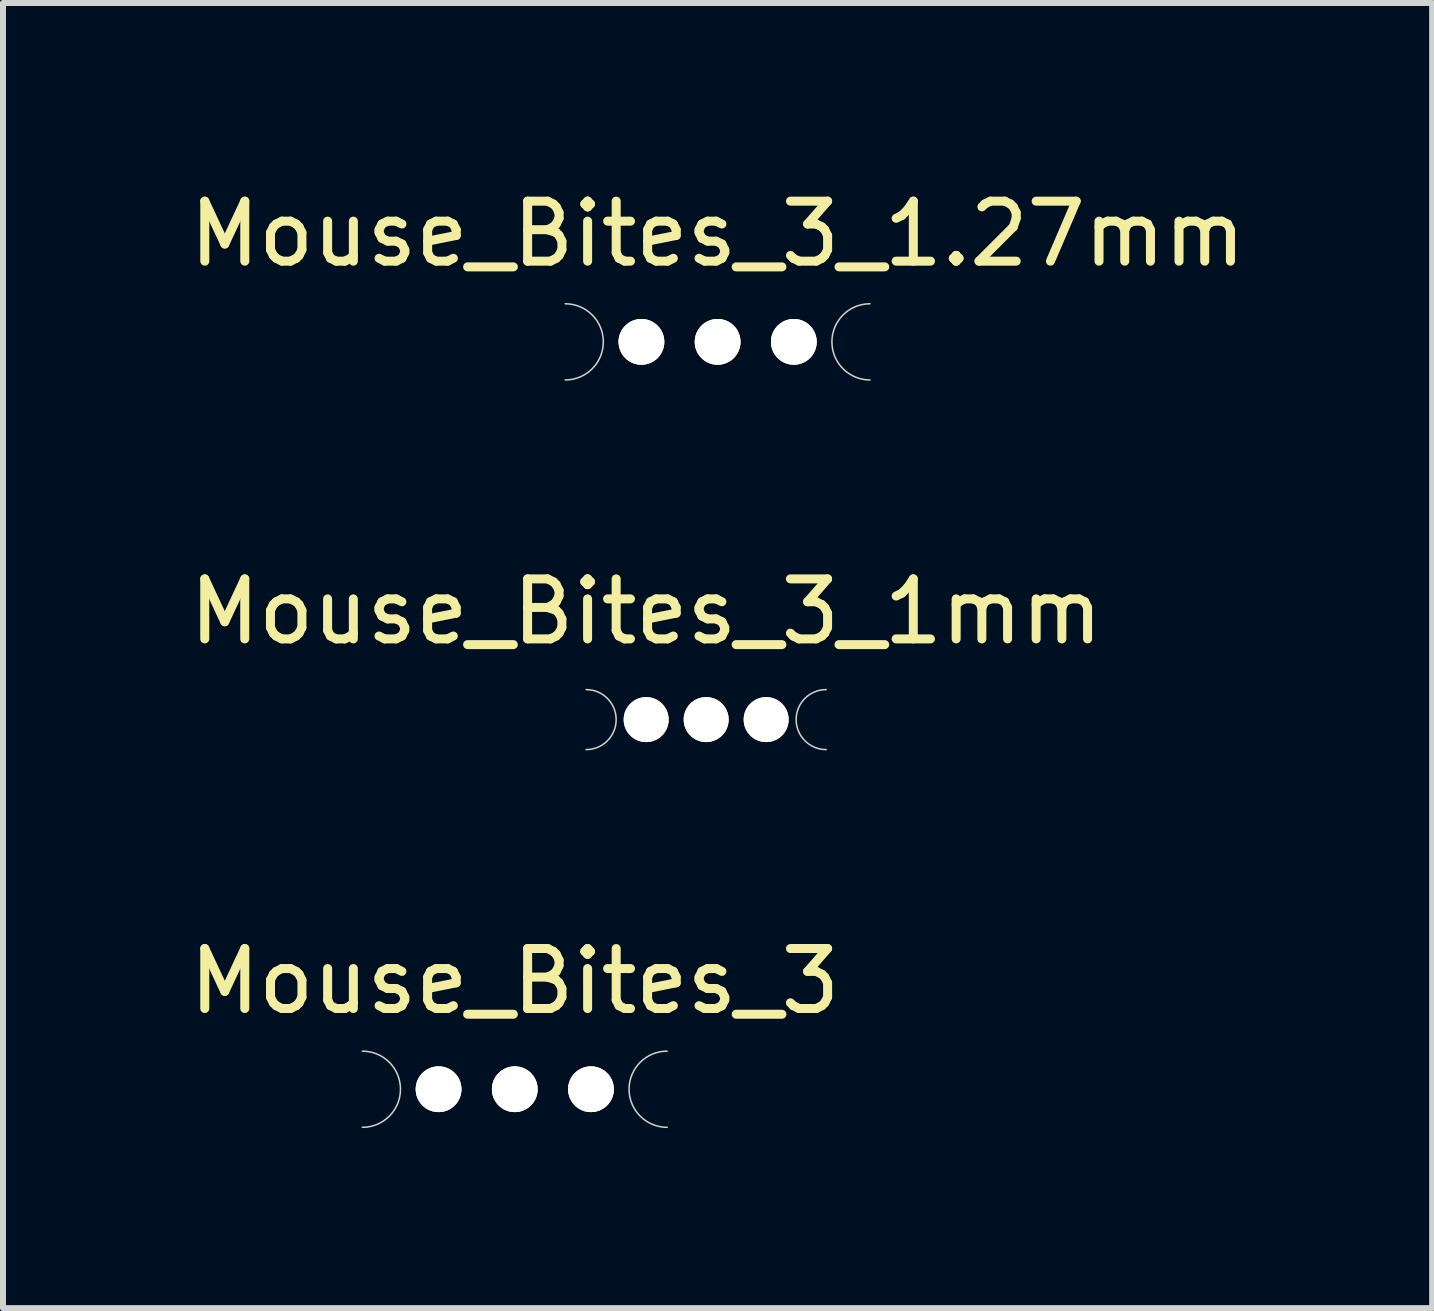
<source format=kicad_pcb>
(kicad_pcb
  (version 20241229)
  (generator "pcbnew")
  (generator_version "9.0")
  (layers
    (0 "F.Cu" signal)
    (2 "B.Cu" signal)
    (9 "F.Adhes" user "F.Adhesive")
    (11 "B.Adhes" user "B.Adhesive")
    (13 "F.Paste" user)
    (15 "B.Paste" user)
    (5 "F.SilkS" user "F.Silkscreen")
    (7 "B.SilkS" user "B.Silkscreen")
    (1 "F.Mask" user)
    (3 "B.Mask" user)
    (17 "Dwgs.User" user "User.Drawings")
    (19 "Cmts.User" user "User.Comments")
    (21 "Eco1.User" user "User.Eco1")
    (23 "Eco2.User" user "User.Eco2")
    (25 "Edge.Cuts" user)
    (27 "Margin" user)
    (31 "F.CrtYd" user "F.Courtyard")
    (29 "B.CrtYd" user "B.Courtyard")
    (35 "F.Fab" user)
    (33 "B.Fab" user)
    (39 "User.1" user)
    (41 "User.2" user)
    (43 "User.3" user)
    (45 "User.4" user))
  (footprint "Mouse_Bites_3_1mm"
    (layer "F.Cu")
    (at 7.72 8.944)
    (property "Reference" "Mouse_Bites_3_1mm" (at 0 -1.8 0) (layer "F.SilkS") (effects (font (size 1 1) (thickness 0.15))))
    (attr through_hole)
    (fp_arc (start -1 -0.5) (mid -0.5 0) (end -1 0.5) (stroke (width 0.0254) (type solid)) (layer "Edge.Cuts"))
    (fp_arc (start 3 0.5) (mid 2.5 0) (end 3 -0.5) (stroke (width 0.0254) (type solid)) (layer "Edge.Cuts"))
    (pad "" np_thru_hole circle (at 0 0) (size 0.75 0.75) (drill 0.75) (layers "*.Cu" "*.Mask" "F.SilkS"))
    (pad "" np_thru_hole circle (at 1 0) (size 0.75 0.75) (drill 0.75) (layers "*.Cu" "*.Mask" "F.SilkS"))
    (pad "" np_thru_hole circle (at 2 0) (size 0.75 0.75) (drill 0.75) (layers "*.Cu" "*.Mask" "F.SilkS")))
  (footprint "Mouse_Bites_3_1.27mm"
    (layer "F.Cu")
    (at 8.911 2.648)
    (property "Reference" "Mouse_Bites_3_1.27mm" (at 0 -1.8 0) (layer "F.SilkS") (effects (font (size 1 1) (thickness 0.15))))
    (attr through_hole)
    (fp_arc (start -2.54 -0.635) (mid -1.905 0) (end -2.54 0.635) (stroke (width 0.0254) (type solid)) (layer "Edge.Cuts"))
    (fp_arc (start 2.54 0.635) (mid 1.905 0) (end 2.54 -0.635) (stroke (width 0.0254) (type solid)) (layer "Edge.Cuts"))
    (pad "" thru_hole circle (at -1.27 0) (size 0.762 0.762) (drill 0.762) (layers "*.Cu" "*.Mask" "F.SilkS"))
    (pad "" thru_hole circle (at 0 0) (size 0.762 0.762) (drill 0.762) (layers "*.Cu" "*.Mask" "F.SilkS"))
    (pad "" thru_hole circle (at 1.27 0) (size 0.762 0.762) (drill 0.762) (layers "*.Cu" "*.Mask" "F.SilkS")))
  (footprint "Mouse_Bites_3"
    (layer "F.Cu")
    (at 5.53 15.105)
    (property "Reference" "Mouse_Bites_3" (at 0 -1.8 0) (layer "F.SilkS") (effects (font (size 1 1) (thickness 0.15))))
    (attr through_hole)
    (fp_arc (start -2.54 -0.635) (mid -1.905 0) (end -2.54 0.635) (stroke (width 0.0254) (type solid)) (layer "Edge.Cuts"))
    (fp_arc (start 2.54 0.635) (mid 1.905 0) (end 2.54 -0.635) (stroke (width 0.0254) (type solid)) (layer "Edge.Cuts"))
    (pad "1" thru_hole circle (at 0 0) (size 0.762 0.762) (drill 0.762) (layers "*.Cu" "*.Mask" "F.SilkS"))
    (pad "2" thru_hole circle (at 1.27 0) (size 0.762 0.762) (drill 0.762) (layers "*.Cu" "*.Mask" "F.SilkS"))
    (pad "3" thru_hole circle (at -1.27 0) (size 0.762 0.762) (drill 0.762) (layers "*.Cu" "*.Mask" "F.SilkS")))
  (gr_rect
    (start -3 -3)
    (end 20.821 18.753)
    (stroke (width 0.1) (type default))
    (fill no)
    (layer "Edge.Cuts")))
</source>
